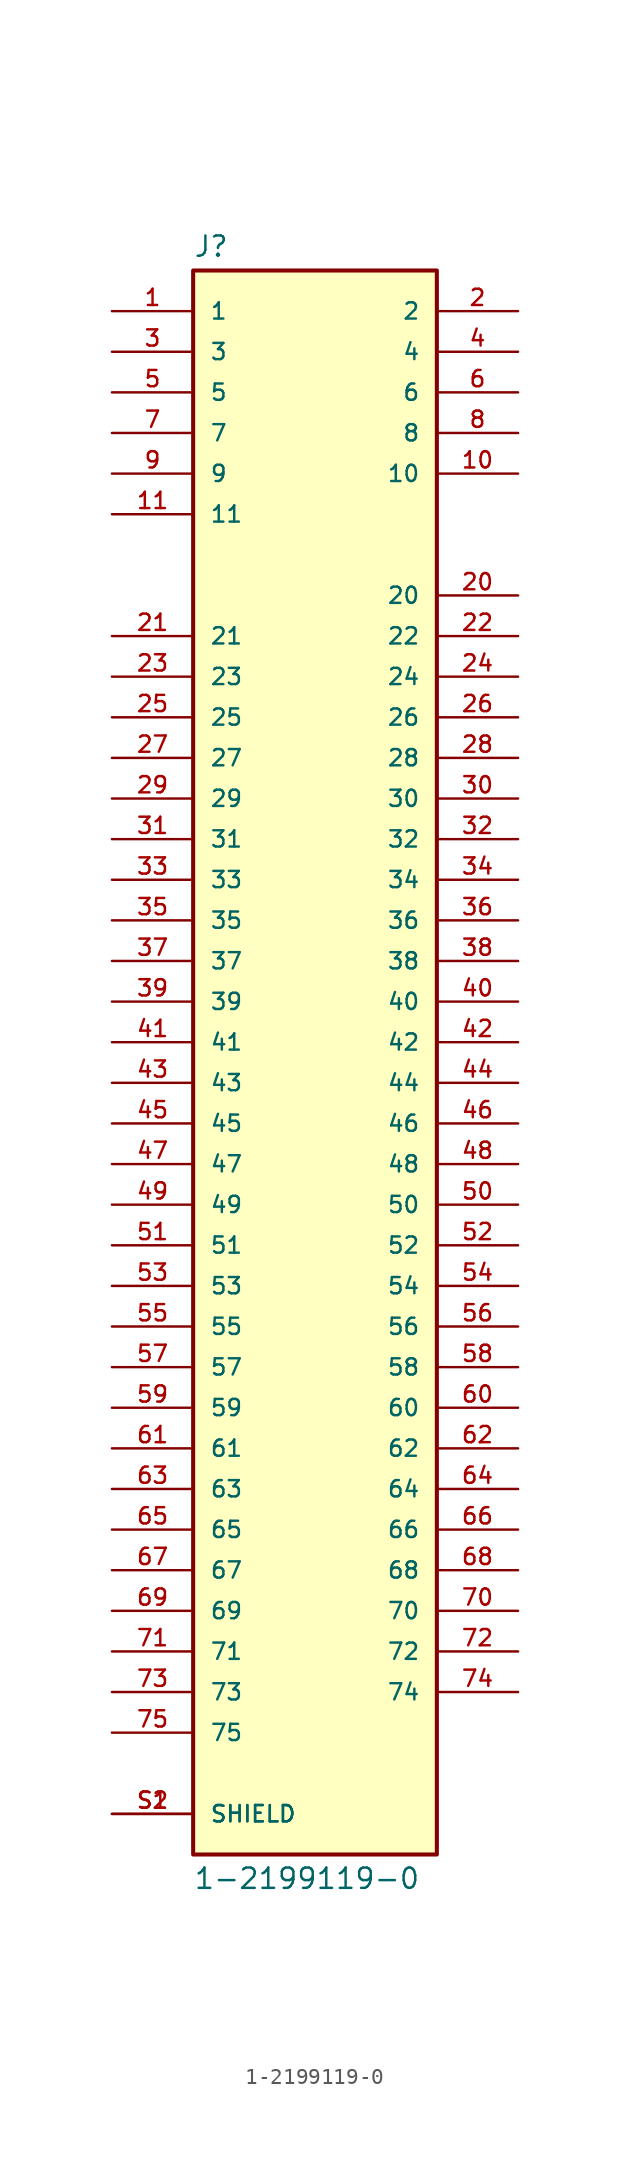
<source format=kicad_sym>
(kicad_symbol_lib
  (version 20211014)
  (generator kicad_symbol_editor)
  (symbol "1-2199119-0"
    (pin_names
      (offset 1.016))
    (property "Reference" "J"
      (at -7.62 49.022 0)
      (effects (font (size 1.27 1.27)) (justify bottom left)))
    (property "Value" "1-2199119-0"
      (at -7.62 -51.562 0)
      (effects (font (size 1.27 1.27)) (justify top left)))
    (symbol "1-2199119-0_0_0"
      (rectangle (start -7.62 -50.8) (end 7.62 48.26) (stroke (width 0.254)) (fill (type background)))
      (pin passive line (at -12.7 45.72 0) (length 5.08) (name "1" (effects (font (size 1.016 1.016)))) (number "1" (effects (font (size 1.016 1.016)))))
      (pin passive line (at 12.7 45.72 180.0) (length 5.08) (name "2" (effects (font (size 1.016 1.016)))) (number "2" (effects (font (size 1.016 1.016)))))
      (pin passive line (at -12.7 43.18 0) (length 5.08) (name "3" (effects (font (size 1.016 1.016)))) (number "3" (effects (font (size 1.016 1.016)))))
      (pin passive line (at 12.7 43.18 180.0) (length 5.08) (name "4" (effects (font (size 1.016 1.016)))) (number "4" (effects (font (size 1.016 1.016)))))
      (pin passive line (at -12.7 40.64 0) (length 5.08) (name "5" (effects (font (size 1.016 1.016)))) (number "5" (effects (font (size 1.016 1.016)))))
      (pin passive line (at 12.7 40.64 180.0) (length 5.08) (name "6" (effects (font (size 1.016 1.016)))) (number "6" (effects (font (size 1.016 1.016)))))
      (pin passive line (at -12.7 38.1 0) (length 5.08) (name "7" (effects (font (size 1.016 1.016)))) (number "7" (effects (font (size 1.016 1.016)))))
      (pin passive line (at 12.7 38.1 180.0) (length 5.08) (name "8" (effects (font (size 1.016 1.016)))) (number "8" (effects (font (size 1.016 1.016)))))
      (pin passive line (at -12.7 35.56 0) (length 5.08) (name "9" (effects (font (size 1.016 1.016)))) (number "9" (effects (font (size 1.016 1.016)))))
      (pin passive line (at 12.7 35.56 180.0) (length 5.08) (name "10" (effects (font (size 1.016 1.016)))) (number "10" (effects (font (size 1.016 1.016)))))
      (pin passive line (at -12.7 33.02 0) (length 5.08) (name "11" (effects (font (size 1.016 1.016)))) (number "11" (effects (font (size 1.016 1.016)))))
      (pin passive line (at 12.7 27.94 180.0) (length 5.08) (name "20" (effects (font (size 1.016 1.016)))) (number "20" (effects (font (size 1.016 1.016)))))
      (pin passive line (at -12.7 25.4 0) (length 5.08) (name "21" (effects (font (size 1.016 1.016)))) (number "21" (effects (font (size 1.016 1.016)))))
      (pin passive line (at 12.7 25.4 180.0) (length 5.08) (name "22" (effects (font (size 1.016 1.016)))) (number "22" (effects (font (size 1.016 1.016)))))
      (pin passive line (at -12.7 22.86 0) (length 5.08) (name "23" (effects (font (size 1.016 1.016)))) (number "23" (effects (font (size 1.016 1.016)))))
      (pin passive line (at 12.7 22.86 180.0) (length 5.08) (name "24" (effects (font (size 1.016 1.016)))) (number "24" (effects (font (size 1.016 1.016)))))
      (pin passive line (at -12.7 20.32 0) (length 5.08) (name "25" (effects (font (size 1.016 1.016)))) (number "25" (effects (font (size 1.016 1.016)))))
      (pin passive line (at 12.7 20.32 180.0) (length 5.08) (name "26" (effects (font (size 1.016 1.016)))) (number "26" (effects (font (size 1.016 1.016)))))
      (pin passive line (at -12.7 17.78 0) (length 5.08) (name "27" (effects (font (size 1.016 1.016)))) (number "27" (effects (font (size 1.016 1.016)))))
      (pin passive line (at 12.7 17.78 180.0) (length 5.08) (name "28" (effects (font (size 1.016 1.016)))) (number "28" (effects (font (size 1.016 1.016)))))
      (pin passive line (at -12.7 15.24 0) (length 5.08) (name "29" (effects (font (size 1.016 1.016)))) (number "29" (effects (font (size 1.016 1.016)))))
      (pin passive line (at 12.7 15.24 180.0) (length 5.08) (name "30" (effects (font (size 1.016 1.016)))) (number "30" (effects (font (size 1.016 1.016)))))
      (pin passive line (at -12.7 12.7 0) (length 5.08) (name "31" (effects (font (size 1.016 1.016)))) (number "31" (effects (font (size 1.016 1.016)))))
      (pin passive line (at 12.7 12.7 180.0) (length 5.08) (name "32" (effects (font (size 1.016 1.016)))) (number "32" (effects (font (size 1.016 1.016)))))
      (pin passive line (at -12.7 10.16 0) (length 5.08) (name "33" (effects (font (size 1.016 1.016)))) (number "33" (effects (font (size 1.016 1.016)))))
      (pin passive line (at 12.7 10.16 180.0) (length 5.08) (name "34" (effects (font (size 1.016 1.016)))) (number "34" (effects (font (size 1.016 1.016)))))
      (pin passive line (at -12.7 7.62 0) (length 5.08) (name "35" (effects (font (size 1.016 1.016)))) (number "35" (effects (font (size 1.016 1.016)))))
      (pin passive line (at 12.7 7.62 180.0) (length 5.08) (name "36" (effects (font (size 1.016 1.016)))) (number "36" (effects (font (size 1.016 1.016)))))
      (pin passive line (at -12.7 5.08 0) (length 5.08) (name "37" (effects (font (size 1.016 1.016)))) (number "37" (effects (font (size 1.016 1.016)))))
      (pin passive line (at 12.7 5.08 180.0) (length 5.08) (name "38" (effects (font (size 1.016 1.016)))) (number "38" (effects (font (size 1.016 1.016)))))
      (pin passive line (at -12.7 2.54 0) (length 5.08) (name "39" (effects (font (size 1.016 1.016)))) (number "39" (effects (font (size 1.016 1.016)))))
      (pin passive line (at 12.7 2.54 180.0) (length 5.08) (name "40" (effects (font (size 1.016 1.016)))) (number "40" (effects (font (size 1.016 1.016)))))
      (pin passive line (at -12.7 0.0 0) (length 5.08) (name "41" (effects (font (size 1.016 1.016)))) (number "41" (effects (font (size 1.016 1.016)))))
      (pin passive line (at 12.7 0.0 180.0) (length 5.08) (name "42" (effects (font (size 1.016 1.016)))) (number "42" (effects (font (size 1.016 1.016)))))
      (pin passive line (at -12.7 -2.54 0) (length 5.08) (name "43" (effects (font (size 1.016 1.016)))) (number "43" (effects (font (size 1.016 1.016)))))
      (pin passive line (at 12.7 -2.54 180.0) (length 5.08) (name "44" (effects (font (size 1.016 1.016)))) (number "44" (effects (font (size 1.016 1.016)))))
      (pin passive line (at -12.7 -5.08 0) (length 5.08) (name "45" (effects (font (size 1.016 1.016)))) (number "45" (effects (font (size 1.016 1.016)))))
      (pin passive line (at 12.7 -5.08 180.0) (length 5.08) (name "46" (effects (font (size 1.016 1.016)))) (number "46" (effects (font (size 1.016 1.016)))))
      (pin passive line (at -12.7 -7.62 0) (length 5.08) (name "47" (effects (font (size 1.016 1.016)))) (number "47" (effects (font (size 1.016 1.016)))))
      (pin passive line (at 12.7 -7.62 180.0) (length 5.08) (name "48" (effects (font (size 1.016 1.016)))) (number "48" (effects (font (size 1.016 1.016)))))
      (pin passive line (at -12.7 -10.16 0) (length 5.08) (name "49" (effects (font (size 1.016 1.016)))) (number "49" (effects (font (size 1.016 1.016)))))
      (pin passive line (at 12.7 -10.16 180.0) (length 5.08) (name "50" (effects (font (size 1.016 1.016)))) (number "50" (effects (font (size 1.016 1.016)))))
      (pin passive line (at -12.7 -12.7 0) (length 5.08) (name "51" (effects (font (size 1.016 1.016)))) (number "51" (effects (font (size 1.016 1.016)))))
      (pin passive line (at 12.7 -12.7 180.0) (length 5.08) (name "52" (effects (font (size 1.016 1.016)))) (number "52" (effects (font (size 1.016 1.016)))))
      (pin passive line (at -12.7 -15.24 0) (length 5.08) (name "53" (effects (font (size 1.016 1.016)))) (number "53" (effects (font (size 1.016 1.016)))))
      (pin passive line (at 12.7 -15.24 180.0) (length 5.08) (name "54" (effects (font (size 1.016 1.016)))) (number "54" (effects (font (size 1.016 1.016)))))
      (pin passive line (at -12.7 -17.78 0) (length 5.08) (name "55" (effects (font (size 1.016 1.016)))) (number "55" (effects (font (size 1.016 1.016)))))
      (pin passive line (at 12.7 -17.78 180.0) (length 5.08) (name "56" (effects (font (size 1.016 1.016)))) (number "56" (effects (font (size 1.016 1.016)))))
      (pin passive line (at -12.7 -20.32 0) (length 5.08) (name "57" (effects (font (size 1.016 1.016)))) (number "57" (effects (font (size 1.016 1.016)))))
      (pin passive line (at 12.7 -20.32 180.0) (length 5.08) (name "58" (effects (font (size 1.016 1.016)))) (number "58" (effects (font (size 1.016 1.016)))))
      (pin passive line (at -12.7 -33.02 0) (length 5.08) (name "67" (effects (font (size 1.016 1.016)))) (number "67" (effects (font (size 1.016 1.016)))))
      (pin passive line (at 12.7 -33.02 180.0) (length 5.08) (name "68" (effects (font (size 1.016 1.016)))) (number "68" (effects (font (size 1.016 1.016)))))
      (pin passive line (at -12.7 -35.56 0) (length 5.08) (name "69" (effects (font (size 1.016 1.016)))) (number "69" (effects (font (size 1.016 1.016)))))
      (pin passive line (at 12.7 -35.56 180.0) (length 5.08) (name "70" (effects (font (size 1.016 1.016)))) (number "70" (effects (font (size 1.016 1.016)))))
      (pin passive line (at -12.7 -38.1 0) (length 5.08) (name "71" (effects (font (size 1.016 1.016)))) (number "71" (effects (font (size 1.016 1.016)))))
      (pin passive line (at 12.7 -38.1 180.0) (length 5.08) (name "72" (effects (font (size 1.016 1.016)))) (number "72" (effects (font (size 1.016 1.016)))))
      (pin passive line (at -12.7 -40.64 0) (length 5.08) (name "73" (effects (font (size 1.016 1.016)))) (number "73" (effects (font (size 1.016 1.016)))))
      (pin passive line (at 12.7 -40.64 180.0) (length 5.08) (name "74" (effects (font (size 1.016 1.016)))) (number "74" (effects (font (size 1.016 1.016)))))
      (pin passive line (at -12.7 -43.18 0) (length 5.08) (name "75" (effects (font (size 1.016 1.016)))) (number "75" (effects (font (size 1.016 1.016)))))
      (pin passive line (at -12.7 -48.26 0) (length 5.08) (name "SHIELD" (effects (font (size 1.016 1.016)))) (number "S1" (effects (font (size 1.016 1.016)))))
      (pin passive line (at -12.7 -48.26 0) (length 5.08) (name "SHIELD" (effects (font (size 1.016 1.016)))) (number "S2" (effects (font (size 1.016 1.016)))))
      (pin passive line (at -12.7 -22.86 0) (length 5.08) (name "59" (effects (font (size 1.016 1.016)))) (number "59" (effects (font (size 1.016 1.016)))))
      (pin passive line (at 12.7 -22.86 180.0) (length 5.08) (name "60" (effects (font (size 1.016 1.016)))) (number "60" (effects (font (size 1.016 1.016)))))
      (pin passive line (at -12.7 -25.4 0) (length 5.08) (name "61" (effects (font (size 1.016 1.016)))) (number "61" (effects (font (size 1.016 1.016)))))
      (pin passive line (at 12.7 -25.4 180.0) (length 5.08) (name "62" (effects (font (size 1.016 1.016)))) (number "62" (effects (font (size 1.016 1.016)))))
      (pin passive line (at -12.7 -27.94 0) (length 5.08) (name "63" (effects (font (size 1.016 1.016)))) (number "63" (effects (font (size 1.016 1.016)))))
      (pin passive line (at 12.7 -27.94 180.0) (length 5.08) (name "64" (effects (font (size 1.016 1.016)))) (number "64" (effects (font (size 1.016 1.016)))))
      (pin passive line (at -12.7 -30.48 0) (length 5.08) (name "65" (effects (font (size 1.016 1.016)))) (number "65" (effects (font (size 1.016 1.016)))))
      (pin passive line (at 12.7 -30.48 180.0) (length 5.08) (name "66" (effects (font (size 1.016 1.016)))) (number "66" (effects (font (size 1.016 1.016))))))))
</source>
